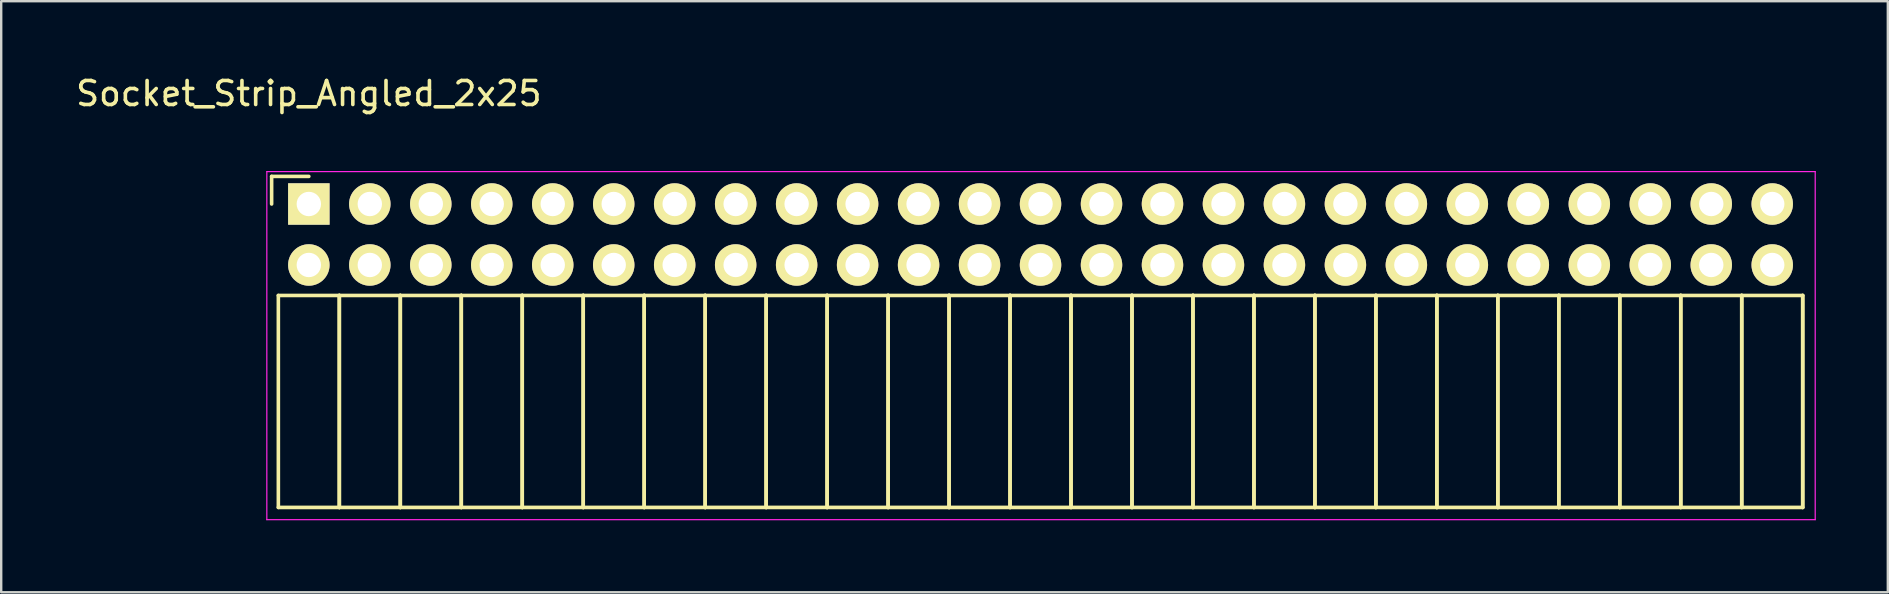
<source format=kicad_pcb>
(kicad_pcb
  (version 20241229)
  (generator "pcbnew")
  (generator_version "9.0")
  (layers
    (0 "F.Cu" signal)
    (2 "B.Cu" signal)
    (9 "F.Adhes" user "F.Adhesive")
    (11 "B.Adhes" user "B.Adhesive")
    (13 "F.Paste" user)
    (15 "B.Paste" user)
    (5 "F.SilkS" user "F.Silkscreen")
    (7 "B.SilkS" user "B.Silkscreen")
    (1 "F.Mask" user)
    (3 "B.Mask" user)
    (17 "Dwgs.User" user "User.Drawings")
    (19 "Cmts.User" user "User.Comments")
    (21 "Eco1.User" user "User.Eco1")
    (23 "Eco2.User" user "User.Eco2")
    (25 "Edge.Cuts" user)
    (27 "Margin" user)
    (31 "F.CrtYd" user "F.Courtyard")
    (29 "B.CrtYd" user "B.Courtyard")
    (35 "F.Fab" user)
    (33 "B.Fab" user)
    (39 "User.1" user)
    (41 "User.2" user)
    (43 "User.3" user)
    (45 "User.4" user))
  (footprint "Socket_Strip_Angled_2x25"
    (layer "F.Cu")
    (at 9.815 5.448)
    (property "Reference" "Socket_Strip_Angled_2x25" (at 0 -4.6 0) (layer "F.SilkS") (effects (font (size 1 1) (thickness 0.15))))
    (attr through_hole)
    (fp_line (start -1.55 -1.15) (end -1.55 0) (stroke (width 0.15) (type solid)) (layer "F.SilkS"))
    (fp_line (start -1.27 3.81) (end -1.27 12.64) (stroke (width 0.15) (type solid)) (layer "F.SilkS"))
    (fp_line (start -1.27 3.81) (end 1.27 3.81) (stroke (width 0.15) (type solid)) (layer "F.SilkS"))
    (fp_line (start -1.27 12.64) (end 1.27 12.64) (stroke (width 0.15) (type solid)) (layer "F.SilkS"))
    (fp_line (start 0 -1.15) (end -1.55 -1.15) (stroke (width 0.15) (type solid)) (layer "F.SilkS"))
    (fp_line (start 1.27 3.81) (end 1.27 12.64) (stroke (width 0.15) (type solid)) (layer "F.SilkS"))
    (fp_line (start 1.27 3.81) (end 3.81 3.81) (stroke (width 0.15) (type solid)) (layer "F.SilkS"))
    (fp_line (start 1.27 12.64) (end 1.27 3.81) (stroke (width 0.15) (type solid)) (layer "F.SilkS"))
    (fp_line (start 1.27 12.64) (end 3.81 12.64) (stroke (width 0.15) (type solid)) (layer "F.SilkS"))
    (fp_line (start 3.81 3.81) (end 3.81 12.64) (stroke (width 0.15) (type solid)) (layer "F.SilkS"))
    (fp_line (start 3.81 3.81) (end 6.35 3.81) (stroke (width 0.15) (type solid)) (layer "F.SilkS"))
    (fp_line (start 3.81 12.64) (end 3.81 3.81) (stroke (width 0.15) (type solid)) (layer "F.SilkS"))
    (fp_line (start 3.81 12.64) (end 6.35 12.64) (stroke (width 0.15) (type solid)) (layer "F.SilkS"))
    (fp_line (start 6.35 3.81) (end 6.35 12.64) (stroke (width 0.15) (type solid)) (layer "F.SilkS"))
    (fp_line (start 6.35 3.81) (end 8.89 3.81) (stroke (width 0.15) (type solid)) (layer "F.SilkS"))
    (fp_line (start 6.35 12.64) (end 6.35 3.81) (stroke (width 0.15) (type solid)) (layer "F.SilkS"))
    (fp_line (start 6.35 12.64) (end 8.89 12.64) (stroke (width 0.15) (type solid)) (layer "F.SilkS"))
    (fp_line (start 8.89 3.81) (end 8.89 12.64) (stroke (width 0.15) (type solid)) (layer "F.SilkS"))
    (fp_line (start 8.89 3.81) (end 11.43 3.81) (stroke (width 0.15) (type solid)) (layer "F.SilkS"))
    (fp_line (start 8.89 12.64) (end 8.89 3.81) (stroke (width 0.15) (type solid)) (layer "F.SilkS"))
    (fp_line (start 8.89 12.64) (end 11.43 12.64) (stroke (width 0.15) (type solid)) (layer "F.SilkS"))
    (fp_line (start 11.43 3.81) (end 11.43 12.64) (stroke (width 0.15) (type solid)) (layer "F.SilkS"))
    (fp_line (start 11.43 3.81) (end 13.97 3.81) (stroke (width 0.15) (type solid)) (layer "F.SilkS"))
    (fp_line (start 11.43 12.64) (end 11.43 3.81) (stroke (width 0.15) (type solid)) (layer "F.SilkS"))
    (fp_line (start 11.43 12.64) (end 13.97 12.64) (stroke (width 0.15) (type solid)) (layer "F.SilkS"))
    (fp_line (start 13.97 3.81) (end 13.97 12.64) (stroke (width 0.15) (type solid)) (layer "F.SilkS"))
    (fp_line (start 13.97 3.81) (end 16.51 3.81) (stroke (width 0.15) (type solid)) (layer "F.SilkS"))
    (fp_line (start 13.97 12.64) (end 13.97 3.81) (stroke (width 0.15) (type solid)) (layer "F.SilkS"))
    (fp_line (start 13.97 12.64) (end 16.51 12.64) (stroke (width 0.15) (type solid)) (layer "F.SilkS"))
    (fp_line (start 16.51 3.81) (end 16.51 12.64) (stroke (width 0.15) (type solid)) (layer "F.SilkS"))
    (fp_line (start 16.51 3.81) (end 19.05 3.81) (stroke (width 0.15) (type solid)) (layer "F.SilkS"))
    (fp_line (start 16.51 12.64) (end 16.51 3.81) (stroke (width 0.15) (type solid)) (layer "F.SilkS"))
    (fp_line (start 16.51 12.64) (end 19.05 12.64) (stroke (width 0.15) (type solid)) (layer "F.SilkS"))
    (fp_line (start 19.05 3.81) (end 19.05 12.64) (stroke (width 0.15) (type solid)) (layer "F.SilkS"))
    (fp_line (start 19.05 3.81) (end 21.59 3.81) (stroke (width 0.15) (type solid)) (layer "F.SilkS"))
    (fp_line (start 19.05 12.64) (end 19.05 3.81) (stroke (width 0.15) (type solid)) (layer "F.SilkS"))
    (fp_line (start 19.05 12.64) (end 21.59 12.64) (stroke (width 0.15) (type solid)) (layer "F.SilkS"))
    (fp_line (start 21.59 3.81) (end 21.59 12.64) (stroke (width 0.15) (type solid)) (layer "F.SilkS"))
    (fp_line (start 21.59 3.81) (end 24.13 3.81) (stroke (width 0.15) (type solid)) (layer "F.SilkS"))
    (fp_line (start 21.59 12.64) (end 21.59 3.81) (stroke (width 0.15) (type solid)) (layer "F.SilkS"))
    (fp_line (start 21.59 12.64) (end 24.13 12.64) (stroke (width 0.15) (type solid)) (layer "F.SilkS"))
    (fp_line (start 24.13 3.81) (end 24.13 12.64) (stroke (width 0.15) (type solid)) (layer "F.SilkS"))
    (fp_line (start 24.13 3.81) (end 26.67 3.81) (stroke (width 0.15) (type solid)) (layer "F.SilkS"))
    (fp_line (start 24.13 12.64) (end 24.13 3.81) (stroke (width 0.15) (type solid)) (layer "F.SilkS"))
    (fp_line (start 24.13 12.64) (end 26.67 12.64) (stroke (width 0.15) (type solid)) (layer "F.SilkS"))
    (fp_line (start 26.67 3.81) (end 26.67 12.64) (stroke (width 0.15) (type solid)) (layer "F.SilkS"))
    (fp_line (start 26.67 3.81) (end 29.21 3.81) (stroke (width 0.15) (type solid)) (layer "F.SilkS"))
    (fp_line (start 26.67 12.64) (end 26.67 3.81) (stroke (width 0.15) (type solid)) (layer "F.SilkS"))
    (fp_line (start 26.67 12.64) (end 29.21 12.64) (stroke (width 0.15) (type solid)) (layer "F.SilkS"))
    (fp_line (start 29.21 3.81) (end 29.21 12.64) (stroke (width 0.15) (type solid)) (layer "F.SilkS"))
    (fp_line (start 29.21 3.81) (end 31.75 3.81) (stroke (width 0.15) (type solid)) (layer "F.SilkS"))
    (fp_line (start 29.21 12.64) (end 29.21 3.81) (stroke (width 0.15) (type solid)) (layer "F.SilkS"))
    (fp_line (start 29.21 12.64) (end 31.75 12.64) (stroke (width 0.15) (type solid)) (layer "F.SilkS"))
    (fp_line (start 31.75 3.81) (end 31.75 12.64) (stroke (width 0.15) (type solid)) (layer "F.SilkS"))
    (fp_line (start 31.75 3.81) (end 34.29 3.81) (stroke (width 0.15) (type solid)) (layer "F.SilkS"))
    (fp_line (start 31.75 12.64) (end 31.75 3.81) (stroke (width 0.15) (type solid)) (layer "F.SilkS"))
    (fp_line (start 31.75 12.64) (end 34.29 12.64) (stroke (width 0.15) (type solid)) (layer "F.SilkS"))
    (fp_line (start 34.29 3.81) (end 34.29 12.64) (stroke (width 0.15) (type solid)) (layer "F.SilkS"))
    (fp_line (start 34.29 3.81) (end 36.83 3.81) (stroke (width 0.15) (type solid)) (layer "F.SilkS"))
    (fp_line (start 34.29 12.64) (end 34.29 3.81) (stroke (width 0.15) (type solid)) (layer "F.SilkS"))
    (fp_line (start 34.29 12.64) (end 36.83 12.64) (stroke (width 0.15) (type solid)) (layer "F.SilkS"))
    (fp_line (start 36.83 3.81) (end 36.83 12.64) (stroke (width 0.15) (type solid)) (layer "F.SilkS"))
    (fp_line (start 36.83 3.81) (end 39.37 3.81) (stroke (width 0.15) (type solid)) (layer "F.SilkS"))
    (fp_line (start 36.83 12.64) (end 36.83 3.81) (stroke (width 0.15) (type solid)) (layer "F.SilkS"))
    (fp_line (start 36.83 12.64) (end 39.37 12.64) (stroke (width 0.15) (type solid)) (layer "F.SilkS"))
    (fp_line (start 39.37 3.81) (end 39.37 12.64) (stroke (width 0.15) (type solid)) (layer "F.SilkS"))
    (fp_line (start 39.37 3.81) (end 41.91 3.81) (stroke (width 0.15) (type solid)) (layer "F.SilkS"))
    (fp_line (start 39.37 12.64) (end 39.37 3.81) (stroke (width 0.15) (type solid)) (layer "F.SilkS"))
    (fp_line (start 39.37 12.64) (end 41.91 12.64) (stroke (width 0.15) (type solid)) (layer "F.SilkS"))
    (fp_line (start 41.91 3.81) (end 41.91 12.64) (stroke (width 0.15) (type solid)) (layer "F.SilkS"))
    (fp_line (start 41.91 3.81) (end 44.45 3.81) (stroke (width 0.15) (type solid)) (layer "F.SilkS"))
    (fp_line (start 41.91 12.64) (end 41.91 3.81) (stroke (width 0.15) (type solid)) (layer "F.SilkS"))
    (fp_line (start 41.91 12.64) (end 44.45 12.64) (stroke (width 0.15) (type solid)) (layer "F.SilkS"))
    (fp_line (start 44.45 3.81) (end 44.45 12.64) (stroke (width 0.15) (type solid)) (layer "F.SilkS"))
    (fp_line (start 44.45 3.81) (end 46.99 3.81) (stroke (width 0.15) (type solid)) (layer "F.SilkS"))
    (fp_line (start 44.45 12.64) (end 44.45 3.81) (stroke (width 0.15) (type solid)) (layer "F.SilkS"))
    (fp_line (start 44.45 12.64) (end 46.99 12.64) (stroke (width 0.15) (type solid)) (layer "F.SilkS"))
    (fp_line (start 46.99 3.81) (end 46.99 12.64) (stroke (width 0.15) (type solid)) (layer "F.SilkS"))
    (fp_line (start 46.99 3.81) (end 49.53 3.81) (stroke (width 0.15) (type solid)) (layer "F.SilkS"))
    (fp_line (start 46.99 12.64) (end 46.99 3.81) (stroke (width 0.15) (type solid)) (layer "F.SilkS"))
    (fp_line (start 46.99 12.64) (end 49.53 12.64) (stroke (width 0.15) (type solid)) (layer "F.SilkS"))
    (fp_line (start 49.53 3.81) (end 49.53 12.64) (stroke (width 0.15) (type solid)) (layer "F.SilkS"))
    (fp_line (start 49.53 3.81) (end 52.07 3.81) (stroke (width 0.15) (type solid)) (layer "F.SilkS"))
    (fp_line (start 49.53 12.64) (end 49.53 3.81) (stroke (width 0.15) (type solid)) (layer "F.SilkS"))
    (fp_line (start 49.53 12.64) (end 52.07 12.64) (stroke (width 0.15) (type solid)) (layer "F.SilkS"))
    (fp_line (start 52.07 3.81) (end 52.07 12.64) (stroke (width 0.15) (type solid)) (layer "F.SilkS"))
    (fp_line (start 52.07 3.81) (end 54.61 3.81) (stroke (width 0.15) (type solid)) (layer "F.SilkS"))
    (fp_line (start 52.07 12.64) (end 52.07 3.81) (stroke (width 0.15) (type solid)) (layer "F.SilkS"))
    (fp_line (start 52.07 12.64) (end 54.61 12.64) (stroke (width 0.15) (type solid)) (layer "F.SilkS"))
    (fp_line (start 54.61 3.81) (end 54.61 12.64) (stroke (width 0.15) (type solid)) (layer "F.SilkS"))
    (fp_line (start 54.61 3.81) (end 57.15 3.81) (stroke (width 0.15) (type solid)) (layer "F.SilkS"))
    (fp_line (start 54.61 12.64) (end 54.61 3.81) (stroke (width 0.15) (type solid)) (layer "F.SilkS"))
    (fp_line (start 54.61 12.64) (end 57.15 12.64) (stroke (width 0.15) (type solid)) (layer "F.SilkS"))
    (fp_line (start 57.15 3.81) (end 57.15 12.64) (stroke (width 0.15) (type solid)) (layer "F.SilkS"))
    (fp_line (start 57.15 3.81) (end 59.69 3.81) (stroke (width 0.15) (type solid)) (layer "F.SilkS"))
    (fp_line (start 57.15 12.64) (end 57.15 3.81) (stroke (width 0.15) (type solid)) (layer "F.SilkS"))
    (fp_line (start 57.15 12.64) (end 59.69 12.64) (stroke (width 0.15) (type solid)) (layer "F.SilkS"))
    (fp_line (start 59.69 3.81) (end 59.69 12.64) (stroke (width 0.15) (type solid)) (layer "F.SilkS"))
    (fp_line (start 59.69 3.81) (end 62.23 3.81) (stroke (width 0.15) (type solid)) (layer "F.SilkS"))
    (fp_line (start 59.69 12.64) (end 59.69 3.81) (stroke (width 0.15) (type solid)) (layer "F.SilkS"))
    (fp_line (start 59.69 12.64) (end 62.23 12.64) (stroke (width 0.15) (type solid)) (layer "F.SilkS"))
    (fp_line (start 62.23 3.81) (end 62.23 12.64) (stroke (width 0.15) (type solid)) (layer "F.SilkS"))
    (fp_line (start 62.23 12.64) (end 62.23 3.81) (stroke (width 0.15) (type solid)) (layer "F.SilkS"))
    (fp_line (start -1.75 -1.35) (end -1.75 13.15) (stroke (width 0.05) (type solid)) (layer "F.CrtYd"))
    (fp_line (start -1.75 -1.35) (end 62.75 -1.35) (stroke (width 0.05) (type solid)) (layer "F.CrtYd"))
    (fp_line (start -1.75 13.15) (end 62.75 13.15) (stroke (width 0.05) (type solid)) (layer "F.CrtYd"))
    (fp_line (start 62.75 -1.35) (end 62.75 13.15) (stroke (width 0.05) (type solid)) (layer "F.CrtYd"))
    (pad "1" thru_hole rect (at 0 0) (size 1.727 1.727) (drill 1.016) (layers "*.Cu" "*.Mask" "F.SilkS"))
    (pad "2" thru_hole oval (at 0 2.54) (size 1.727 1.727) (drill 1.016) (layers "*.Cu" "*.Mask" "F.SilkS"))
    (pad "3" thru_hole oval (at 2.54 0) (size 1.727 1.727) (drill 1.016) (layers "*.Cu" "*.Mask" "F.SilkS"))
    (pad "4" thru_hole oval (at 2.54 2.54) (size 1.727 1.727) (drill 1.016) (layers "*.Cu" "*.Mask" "F.SilkS"))
    (pad "5" thru_hole oval (at 5.08 0) (size 1.727 1.727) (drill 1.016) (layers "*.Cu" "*.Mask" "F.SilkS"))
    (pad "6" thru_hole oval (at 5.08 2.54) (size 1.727 1.727) (drill 1.016) (layers "*.Cu" "*.Mask" "F.SilkS"))
    (pad "7" thru_hole oval (at 7.62 0) (size 1.727 1.727) (drill 1.016) (layers "*.Cu" "*.Mask" "F.SilkS"))
    (pad "8" thru_hole oval (at 7.62 2.54) (size 1.727 1.727) (drill 1.016) (layers "*.Cu" "*.Mask" "F.SilkS"))
    (pad "9" thru_hole oval (at 10.16 0) (size 1.727 1.727) (drill 1.016) (layers "*.Cu" "*.Mask" "F.SilkS"))
    (pad "10" thru_hole oval (at 10.16 2.54) (size 1.727 1.727) (drill 1.016) (layers "*.Cu" "*.Mask" "F.SilkS"))
    (pad "11" thru_hole oval (at 12.7 0) (size 1.727 1.727) (drill 1.016) (layers "*.Cu" "*.Mask" "F.SilkS"))
    (pad "12" thru_hole oval (at 12.7 2.54) (size 1.727 1.727) (drill 1.016) (layers "*.Cu" "*.Mask" "F.SilkS"))
    (pad "13" thru_hole oval (at 15.24 0) (size 1.727 1.727) (drill 1.016) (layers "*.Cu" "*.Mask" "F.SilkS"))
    (pad "14" thru_hole oval (at 15.24 2.54) (size 1.727 1.727) (drill 1.016) (layers "*.Cu" "*.Mask" "F.SilkS"))
    (pad "15" thru_hole oval (at 17.78 0) (size 1.727 1.727) (drill 1.016) (layers "*.Cu" "*.Mask" "F.SilkS"))
    (pad "16" thru_hole oval (at 17.78 2.54) (size 1.727 1.727) (drill 1.016) (layers "*.Cu" "*.Mask" "F.SilkS"))
    (pad "17" thru_hole oval (at 20.32 0) (size 1.727 1.727) (drill 1.016) (layers "*.Cu" "*.Mask" "F.SilkS"))
    (pad "18" thru_hole oval (at 20.32 2.54) (size 1.727 1.727) (drill 1.016) (layers "*.Cu" "*.Mask" "F.SilkS"))
    (pad "19" thru_hole oval (at 22.86 0) (size 1.727 1.727) (drill 1.016) (layers "*.Cu" "*.Mask" "F.SilkS"))
    (pad "20" thru_hole oval (at 22.86 2.54) (size 1.727 1.727) (drill 1.016) (layers "*.Cu" "*.Mask" "F.SilkS"))
    (pad "21" thru_hole oval (at 25.4 0) (size 1.727 1.727) (drill 1.016) (layers "*.Cu" "*.Mask" "F.SilkS"))
    (pad "22" thru_hole oval (at 25.4 2.54) (size 1.727 1.727) (drill 1.016) (layers "*.Cu" "*.Mask" "F.SilkS"))
    (pad "23" thru_hole oval (at 27.94 0) (size 1.727 1.727) (drill 1.016) (layers "*.Cu" "*.Mask" "F.SilkS"))
    (pad "24" thru_hole oval (at 27.94 2.54) (size 1.727 1.727) (drill 1.016) (layers "*.Cu" "*.Mask" "F.SilkS"))
    (pad "25" thru_hole oval (at 30.48 0) (size 1.727 1.727) (drill 1.016) (layers "*.Cu" "*.Mask" "F.SilkS"))
    (pad "26" thru_hole oval (at 30.48 2.54) (size 1.727 1.727) (drill 1.016) (layers "*.Cu" "*.Mask" "F.SilkS"))
    (pad "27" thru_hole oval (at 33.02 0) (size 1.727 1.727) (drill 1.016) (layers "*.Cu" "*.Mask" "F.SilkS"))
    (pad "28" thru_hole oval (at 33.02 2.54) (size 1.727 1.727) (drill 1.016) (layers "*.Cu" "*.Mask" "F.SilkS"))
    (pad "29" thru_hole oval (at 35.56 0) (size 1.727 1.727) (drill 1.016) (layers "*.Cu" "*.Mask" "F.SilkS"))
    (pad "30" thru_hole oval (at 35.56 2.54) (size 1.727 1.727) (drill 1.016) (layers "*.Cu" "*.Mask" "F.SilkS"))
    (pad "31" thru_hole oval (at 38.1 0) (size 1.727 1.727) (drill 1.016) (layers "*.Cu" "*.Mask" "F.SilkS"))
    (pad "32" thru_hole oval (at 38.1 2.54) (size 1.727 1.727) (drill 1.016) (layers "*.Cu" "*.Mask" "F.SilkS"))
    (pad "33" thru_hole oval (at 40.64 0) (size 1.727 1.727) (drill 1.016) (layers "*.Cu" "*.Mask" "F.SilkS"))
    (pad "34" thru_hole oval (at 40.64 2.54) (size 1.727 1.727) (drill 1.016) (layers "*.Cu" "*.Mask" "F.SilkS"))
    (pad "35" thru_hole oval (at 43.18 0) (size 1.727 1.727) (drill 1.016) (layers "*.Cu" "*.Mask" "F.SilkS"))
    (pad "36" thru_hole oval (at 43.18 2.54) (size 1.727 1.727) (drill 1.016) (layers "*.Cu" "*.Mask" "F.SilkS"))
    (pad "37" thru_hole oval (at 45.72 0) (size 1.727 1.727) (drill 1.016) (layers "*.Cu" "*.Mask" "F.SilkS"))
    (pad "38" thru_hole oval (at 45.72 2.54) (size 1.727 1.727) (drill 1.016) (layers "*.Cu" "*.Mask" "F.SilkS"))
    (pad "39" thru_hole oval (at 48.26 0) (size 1.727 1.727) (drill 1.016) (layers "*.Cu" "*.Mask" "F.SilkS"))
    (pad "40" thru_hole oval (at 48.26 2.54) (size 1.727 1.727) (drill 1.016) (layers "*.Cu" "*.Mask" "F.SilkS"))
    (pad "41" thru_hole oval (at 50.8 0) (size 1.727 1.727) (drill 1.016) (layers "*.Cu" "*.Mask" "F.SilkS"))
    (pad "42" thru_hole oval (at 50.8 2.54) (size 1.727 1.727) (drill 1.016) (layers "*.Cu" "*.Mask" "F.SilkS"))
    (pad "43" thru_hole oval (at 53.34 0) (size 1.727 1.727) (drill 1.016) (layers "*.Cu" "*.Mask" "F.SilkS"))
    (pad "44" thru_hole oval (at 53.34 2.54) (size 1.727 1.727) (drill 1.016) (layers "*.Cu" "*.Mask" "F.SilkS"))
    (pad "45" thru_hole oval (at 55.88 0) (size 1.727 1.727) (drill 1.016) (layers "*.Cu" "*.Mask" "F.SilkS"))
    (pad "46" thru_hole oval (at 55.88 2.54) (size 1.727 1.727) (drill 1.016) (layers "*.Cu" "*.Mask" "F.SilkS"))
    (pad "47" thru_hole oval (at 58.42 0) (size 1.727 1.727) (drill 1.016) (layers "*.Cu" "*.Mask" "F.SilkS"))
    (pad "48" thru_hole oval (at 58.42 2.54) (size 1.727 1.727) (drill 1.016) (layers "*.Cu" "*.Mask" "F.SilkS"))
    (pad "49" thru_hole oval (at 60.96 0) (size 1.727 1.727) (drill 1.016) (layers "*.Cu" "*.Mask" "F.SilkS"))
    (pad "50" thru_hole oval (at 60.96 2.54) (size 1.727 1.727) (drill 1.016) (layers "*.Cu" "*.Mask" "F.SilkS")))
  (gr_rect
    (start -3 -3)
    (end 75.59 21.623)
    (stroke (width 0.1) (type default))
    (fill no)
    (layer "Edge.Cuts")))
</source>
